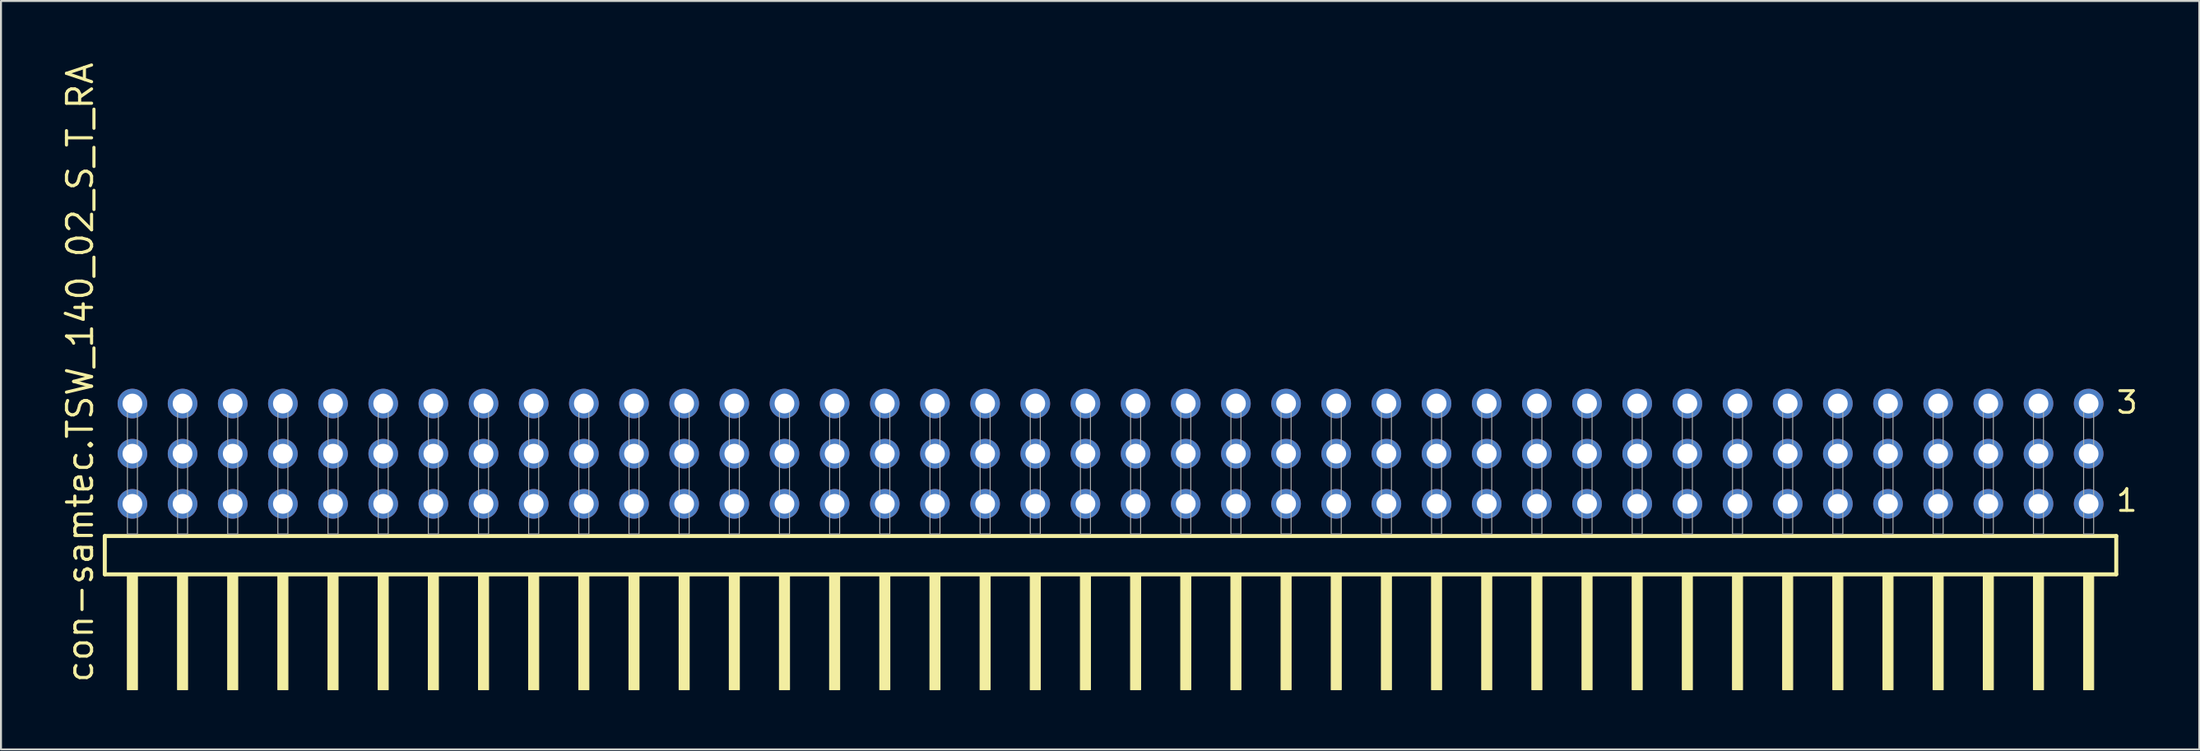
<source format=kicad_pcb>
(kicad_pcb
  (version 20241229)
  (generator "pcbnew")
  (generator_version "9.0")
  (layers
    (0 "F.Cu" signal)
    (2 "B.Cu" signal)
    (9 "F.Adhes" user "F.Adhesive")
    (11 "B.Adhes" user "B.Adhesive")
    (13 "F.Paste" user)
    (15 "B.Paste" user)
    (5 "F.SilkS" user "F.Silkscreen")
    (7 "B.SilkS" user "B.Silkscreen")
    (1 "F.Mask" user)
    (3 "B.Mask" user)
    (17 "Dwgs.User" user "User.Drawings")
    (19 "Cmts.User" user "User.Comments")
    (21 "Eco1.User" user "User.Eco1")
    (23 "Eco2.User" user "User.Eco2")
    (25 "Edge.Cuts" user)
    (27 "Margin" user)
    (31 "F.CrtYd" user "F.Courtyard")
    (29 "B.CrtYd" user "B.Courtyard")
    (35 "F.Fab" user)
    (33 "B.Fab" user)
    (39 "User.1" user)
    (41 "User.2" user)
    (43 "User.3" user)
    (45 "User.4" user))
  (footprint "con-samtec.TSW_140_02_S_T_RA"
    (layer "F.Cu")
    (at 53.185 23.993)
    (property "Reference" "con-samtec.TSW_140_02_S_T_RA" (at -51.435 7.62 90) (layer "F.SilkS") (effects (font (size 1.27 1.27) (thickness 0.16)) (justify left bottom)))
    (attr through_hole)
    (fp_line (start -50.929 0.106) (end -50.929 2.046) (stroke (width 0.203) (type default)) (layer "F.SilkS"))
    (fp_line (start -50.929 2.046) (end 50.929 2.046) (stroke (width 0.203) (type default)) (layer "F.SilkS"))
    (fp_line (start 50.929 0.106) (end -50.929 0.106) (stroke (width 0.203) (type default)) (layer "F.SilkS"))
    (fp_line (start 50.929 2.046) (end 50.929 0.106) (stroke (width 0.203) (type default)) (layer "F.SilkS"))
    (fp_rect (start -49.784 7.89) (end -49.276 2.04) (stroke (width 0.05) (type default)) (fill yes) (layer "F.SilkS"))
    (fp_rect (start -47.244 7.89) (end -46.736 2.04) (stroke (width 0.05) (type default)) (fill yes) (layer "F.SilkS"))
    (fp_rect (start -44.704 7.89) (end -44.196 2.04) (stroke (width 0.05) (type default)) (fill yes) (layer "F.SilkS"))
    (fp_rect (start -42.164 7.89) (end -41.656 2.04) (stroke (width 0.05) (type default)) (fill yes) (layer "F.SilkS"))
    (fp_rect (start -39.624 7.89) (end -39.116 2.04) (stroke (width 0.05) (type default)) (fill yes) (layer "F.SilkS"))
    (fp_rect (start -37.084 7.89) (end -36.576 2.04) (stroke (width 0.05) (type default)) (fill yes) (layer "F.SilkS"))
    (fp_rect (start -34.544 7.89) (end -34.036 2.04) (stroke (width 0.05) (type default)) (fill yes) (layer "F.SilkS"))
    (fp_rect (start -32.004 7.89) (end -31.496 2.04) (stroke (width 0.05) (type default)) (fill yes) (layer "F.SilkS"))
    (fp_rect (start -29.464 7.89) (end -28.956 2.04) (stroke (width 0.05) (type default)) (fill yes) (layer "F.SilkS"))
    (fp_rect (start -26.924 7.89) (end -26.416 2.04) (stroke (width 0.05) (type default)) (fill yes) (layer "F.SilkS"))
    (fp_rect (start -24.384 7.89) (end -23.876 2.04) (stroke (width 0.05) (type default)) (fill yes) (layer "F.SilkS"))
    (fp_rect (start -21.844 7.89) (end -21.336 2.04) (stroke (width 0.05) (type default)) (fill yes) (layer "F.SilkS"))
    (fp_rect (start -19.304 7.89) (end -18.796 2.04) (stroke (width 0.05) (type default)) (fill yes) (layer "F.SilkS"))
    (fp_rect (start -16.764 7.89) (end -16.256 2.04) (stroke (width 0.05) (type default)) (fill yes) (layer "F.SilkS"))
    (fp_rect (start -14.224 7.89) (end -13.716 2.04) (stroke (width 0.05) (type default)) (fill yes) (layer "F.SilkS"))
    (fp_rect (start -11.684 7.89) (end -11.176 2.04) (stroke (width 0.05) (type default)) (fill yes) (layer "F.SilkS"))
    (fp_rect (start -9.144 7.89) (end -8.636 2.04) (stroke (width 0.05) (type default)) (fill yes) (layer "F.SilkS"))
    (fp_rect (start -6.604 7.89) (end -6.096 2.04) (stroke (width 0.05) (type default)) (fill yes) (layer "F.SilkS"))
    (fp_rect (start -4.064 7.89) (end -3.556 2.04) (stroke (width 0.05) (type default)) (fill yes) (layer "F.SilkS"))
    (fp_rect (start -1.524 7.89) (end -1.016 2.04) (stroke (width 0.05) (type default)) (fill yes) (layer "F.SilkS"))
    (fp_rect (start 1.016 7.89) (end 1.524 2.04) (stroke (width 0.05) (type default)) (fill yes) (layer "F.SilkS"))
    (fp_rect (start 3.556 7.89) (end 4.064 2.04) (stroke (width 0.05) (type default)) (fill yes) (layer "F.SilkS"))
    (fp_rect (start 6.096 7.89) (end 6.604 2.04) (stroke (width 0.05) (type default)) (fill yes) (layer "F.SilkS"))
    (fp_rect (start 8.636 7.89) (end 9.144 2.04) (stroke (width 0.05) (type default)) (fill yes) (layer "F.SilkS"))
    (fp_rect (start 11.176 7.89) (end 11.684 2.04) (stroke (width 0.05) (type default)) (fill yes) (layer "F.SilkS"))
    (fp_rect (start 13.716 7.89) (end 14.224 2.04) (stroke (width 0.05) (type default)) (fill yes) (layer "F.SilkS"))
    (fp_rect (start 16.256 7.89) (end 16.764 2.04) (stroke (width 0.05) (type default)) (fill yes) (layer "F.SilkS"))
    (fp_rect (start 18.796 7.89) (end 19.304 2.04) (stroke (width 0.05) (type default)) (fill yes) (layer "F.SilkS"))
    (fp_rect (start 21.336 7.89) (end 21.844 2.04) (stroke (width 0.05) (type default)) (fill yes) (layer "F.SilkS"))
    (fp_rect (start 23.876 7.89) (end 24.384 2.04) (stroke (width 0.05) (type default)) (fill yes) (layer "F.SilkS"))
    (fp_rect (start 26.416 7.89) (end 26.924 2.04) (stroke (width 0.05) (type default)) (fill yes) (layer "F.SilkS"))
    (fp_rect (start 28.956 7.89) (end 29.464 2.04) (stroke (width 0.05) (type default)) (fill yes) (layer "F.SilkS"))
    (fp_rect (start 31.496 7.89) (end 32.004 2.04) (stroke (width 0.05) (type default)) (fill yes) (layer "F.SilkS"))
    (fp_rect (start 34.036 7.89) (end 34.544 2.04) (stroke (width 0.05) (type default)) (fill yes) (layer "F.SilkS"))
    (fp_rect (start 36.576 7.89) (end 37.084 2.04) (stroke (width 0.05) (type default)) (fill yes) (layer "F.SilkS"))
    (fp_rect (start 39.116 7.89) (end 39.624 2.04) (stroke (width 0.05) (type default)) (fill yes) (layer "F.SilkS"))
    (fp_rect (start 41.656 7.89) (end 42.164 2.04) (stroke (width 0.05) (type default)) (fill yes) (layer "F.SilkS"))
    (fp_rect (start 44.196 7.89) (end 44.704 2.04) (stroke (width 0.05) (type default)) (fill yes) (layer "F.SilkS"))
    (fp_rect (start 46.736 7.89) (end 47.244 2.04) (stroke (width 0.05) (type default)) (fill yes) (layer "F.SilkS"))
    (fp_rect (start 49.276 7.89) (end 49.784 2.04) (stroke (width 0.05) (type default)) (fill yes) (layer "F.SilkS"))
    (fp_rect (start -49.784 0) (end -49.276 -6.858) (stroke (width 0.05) (type default)) (fill no) (layer "F.Fab"))
    (fp_rect (start -47.244 0) (end -46.736 -6.858) (stroke (width 0.05) (type default)) (fill no) (layer "F.Fab"))
    (fp_rect (start -44.704 0) (end -44.196 -6.858) (stroke (width 0.05) (type default)) (fill no) (layer "F.Fab"))
    (fp_rect (start -42.164 0) (end -41.656 -6.858) (stroke (width 0.05) (type default)) (fill no) (layer "F.Fab"))
    (fp_rect (start -39.624 0) (end -39.116 -6.858) (stroke (width 0.05) (type default)) (fill no) (layer "F.Fab"))
    (fp_rect (start -37.084 0) (end -36.576 -6.858) (stroke (width 0.05) (type default)) (fill no) (layer "F.Fab"))
    (fp_rect (start -34.544 0) (end -34.036 -6.858) (stroke (width 0.05) (type default)) (fill no) (layer "F.Fab"))
    (fp_rect (start -32.004 0) (end -31.496 -6.858) (stroke (width 0.05) (type default)) (fill no) (layer "F.Fab"))
    (fp_rect (start -29.464 0) (end -28.956 -6.858) (stroke (width 0.05) (type default)) (fill no) (layer "F.Fab"))
    (fp_rect (start -26.924 0) (end -26.416 -6.858) (stroke (width 0.05) (type default)) (fill no) (layer "F.Fab"))
    (fp_rect (start -24.384 0) (end -23.876 -6.858) (stroke (width 0.05) (type default)) (fill no) (layer "F.Fab"))
    (fp_rect (start -21.844 0) (end -21.336 -6.858) (stroke (width 0.05) (type default)) (fill no) (layer "F.Fab"))
    (fp_rect (start -19.304 0) (end -18.796 -6.858) (stroke (width 0.05) (type default)) (fill no) (layer "F.Fab"))
    (fp_rect (start -16.764 0) (end -16.256 -6.858) (stroke (width 0.05) (type default)) (fill no) (layer "F.Fab"))
    (fp_rect (start -14.224 0) (end -13.716 -6.858) (stroke (width 0.05) (type default)) (fill no) (layer "F.Fab"))
    (fp_rect (start -11.684 0) (end -11.176 -6.858) (stroke (width 0.05) (type default)) (fill no) (layer "F.Fab"))
    (fp_rect (start -9.144 0) (end -8.636 -6.858) (stroke (width 0.05) (type default)) (fill no) (layer "F.Fab"))
    (fp_rect (start -6.604 0) (end -6.096 -6.858) (stroke (width 0.05) (type default)) (fill no) (layer "F.Fab"))
    (fp_rect (start -4.064 0) (end -3.556 -6.858) (stroke (width 0.05) (type default)) (fill no) (layer "F.Fab"))
    (fp_rect (start -1.524 0) (end -1.016 -6.858) (stroke (width 0.05) (type default)) (fill no) (layer "F.Fab"))
    (fp_rect (start 1.016 0) (end 1.524 -6.858) (stroke (width 0.05) (type default)) (fill no) (layer "F.Fab"))
    (fp_rect (start 3.556 0) (end 4.064 -6.858) (stroke (width 0.05) (type default)) (fill no) (layer "F.Fab"))
    (fp_rect (start 6.096 0) (end 6.604 -6.858) (stroke (width 0.05) (type default)) (fill no) (layer "F.Fab"))
    (fp_rect (start 8.636 0) (end 9.144 -6.858) (stroke (width 0.05) (type default)) (fill no) (layer "F.Fab"))
    (fp_rect (start 11.176 0) (end 11.684 -6.858) (stroke (width 0.05) (type default)) (fill no) (layer "F.Fab"))
    (fp_rect (start 13.716 0) (end 14.224 -6.858) (stroke (width 0.05) (type default)) (fill no) (layer "F.Fab"))
    (fp_rect (start 16.256 0) (end 16.764 -6.858) (stroke (width 0.05) (type default)) (fill no) (layer "F.Fab"))
    (fp_rect (start 18.796 0) (end 19.304 -6.858) (stroke (width 0.05) (type default)) (fill no) (layer "F.Fab"))
    (fp_rect (start 21.336 0) (end 21.844 -6.858) (stroke (width 0.05) (type default)) (fill no) (layer "F.Fab"))
    (fp_rect (start 23.876 0) (end 24.384 -6.858) (stroke (width 0.05) (type default)) (fill no) (layer "F.Fab"))
    (fp_rect (start 26.416 0) (end 26.924 -6.858) (stroke (width 0.05) (type default)) (fill no) (layer "F.Fab"))
    (fp_rect (start 28.956 0) (end 29.464 -6.858) (stroke (width 0.05) (type default)) (fill no) (layer "F.Fab"))
    (fp_rect (start 31.496 0) (end 32.004 -6.858) (stroke (width 0.05) (type default)) (fill no) (layer "F.Fab"))
    (fp_rect (start 34.036 0) (end 34.544 -6.858) (stroke (width 0.05) (type default)) (fill no) (layer "F.Fab"))
    (fp_rect (start 36.576 0) (end 37.084 -6.858) (stroke (width 0.05) (type default)) (fill no) (layer "F.Fab"))
    (fp_rect (start 39.116 0) (end 39.624 -6.858) (stroke (width 0.05) (type default)) (fill no) (layer "F.Fab"))
    (fp_rect (start 41.656 0) (end 42.164 -6.858) (stroke (width 0.05) (type default)) (fill no) (layer "F.Fab"))
    (fp_rect (start 44.196 0) (end 44.704 -6.858) (stroke (width 0.05) (type default)) (fill no) (layer "F.Fab"))
    (fp_rect (start 46.736 0) (end 47.244 -6.858) (stroke (width 0.05) (type default)) (fill no) (layer "F.Fab"))
    (fp_rect (start 49.276 0) (end 49.784 -6.858) (stroke (width 0.05) (type default)) (fill no) (layer "F.Fab"))
    (fp_text user "1" (at 50.84 -1.05 0) (layer "F.SilkS") (effects (font (size 1.1 1.1) (thickness 0.15)) (justify left bottom)))
    (fp_text user "3" (at 50.855 -6.015 0) (layer "F.SilkS") (effects (font (size 1.1 1.1) (thickness 0.15)) (justify left bottom)))
    (pad "1" thru_hole circle (at 49.53 -1.524 180) (size 1.5 1.5) (drill 1) (layers "*.Cu" "*.Mask"))
    (pad "2" thru_hole circle (at 49.53 -4.064 180) (size 1.5 1.5) (drill 1) (layers "*.Cu" "*.Mask"))
    (pad "3" thru_hole circle (at 49.53 -6.604 180) (size 1.5 1.5) (drill 1) (layers "*.Cu" "*.Mask"))
    (pad "4" thru_hole circle (at 46.99 -1.524 180) (size 1.5 1.5) (drill 1) (layers "*.Cu" "*.Mask"))
    (pad "5" thru_hole circle (at 46.99 -4.064 180) (size 1.5 1.5) (drill 1) (layers "*.Cu" "*.Mask"))
    (pad "6" thru_hole circle (at 46.99 -6.604 180) (size 1.5 1.5) (drill 1) (layers "*.Cu" "*.Mask"))
    (pad "7" thru_hole circle (at 44.45 -1.524 180) (size 1.5 1.5) (drill 1) (layers "*.Cu" "*.Mask"))
    (pad "8" thru_hole circle (at 44.45 -4.064 180) (size 1.5 1.5) (drill 1) (layers "*.Cu" "*.Mask"))
    (pad "9" thru_hole circle (at 44.45 -6.604 180) (size 1.5 1.5) (drill 1) (layers "*.Cu" "*.Mask"))
    (pad "10" thru_hole circle (at 41.91 -1.524 180) (size 1.5 1.5) (drill 1) (layers "*.Cu" "*.Mask"))
    (pad "11" thru_hole circle (at 41.91 -4.064 180) (size 1.5 1.5) (drill 1) (layers "*.Cu" "*.Mask"))
    (pad "12" thru_hole circle (at 41.91 -6.604 180) (size 1.5 1.5) (drill 1) (layers "*.Cu" "*.Mask"))
    (pad "13" thru_hole circle (at 39.37 -1.524 180) (size 1.5 1.5) (drill 1) (layers "*.Cu" "*.Mask"))
    (pad "14" thru_hole circle (at 39.37 -4.064 180) (size 1.5 1.5) (drill 1) (layers "*.Cu" "*.Mask"))
    (pad "15" thru_hole circle (at 39.37 -6.604 180) (size 1.5 1.5) (drill 1) (layers "*.Cu" "*.Mask"))
    (pad "16" thru_hole circle (at 36.83 -1.524 180) (size 1.5 1.5) (drill 1) (layers "*.Cu" "*.Mask"))
    (pad "17" thru_hole circle (at 36.83 -4.064 180) (size 1.5 1.5) (drill 1) (layers "*.Cu" "*.Mask"))
    (pad "18" thru_hole circle (at 36.83 -6.604 180) (size 1.5 1.5) (drill 1) (layers "*.Cu" "*.Mask"))
    (pad "19" thru_hole circle (at 34.29 -1.524 180) (size 1.5 1.5) (drill 1) (layers "*.Cu" "*.Mask"))
    (pad "20" thru_hole circle (at 34.29 -4.064 180) (size 1.5 1.5) (drill 1) (layers "*.Cu" "*.Mask"))
    (pad "21" thru_hole circle (at 34.29 -6.604 180) (size 1.5 1.5) (drill 1) (layers "*.Cu" "*.Mask"))
    (pad "22" thru_hole circle (at 31.75 -1.524 180) (size 1.5 1.5) (drill 1) (layers "*.Cu" "*.Mask"))
    (pad "23" thru_hole circle (at 31.75 -4.064 180) (size 1.5 1.5) (drill 1) (layers "*.Cu" "*.Mask"))
    (pad "24" thru_hole circle (at 31.75 -6.604 180) (size 1.5 1.5) (drill 1) (layers "*.Cu" "*.Mask"))
    (pad "25" thru_hole circle (at 29.21 -1.524 180) (size 1.5 1.5) (drill 1) (layers "*.Cu" "*.Mask"))
    (pad "26" thru_hole circle (at 29.21 -4.064 180) (size 1.5 1.5) (drill 1) (layers "*.Cu" "*.Mask"))
    (pad "27" thru_hole circle (at 29.21 -6.604 180) (size 1.5 1.5) (drill 1) (layers "*.Cu" "*.Mask"))
    (pad "28" thru_hole circle (at 26.67 -1.524 180) (size 1.5 1.5) (drill 1) (layers "*.Cu" "*.Mask"))
    (pad "29" thru_hole circle (at 26.67 -4.064 180) (size 1.5 1.5) (drill 1) (layers "*.Cu" "*.Mask"))
    (pad "30" thru_hole circle (at 26.67 -6.604 180) (size 1.5 1.5) (drill 1) (layers "*.Cu" "*.Mask"))
    (pad "31" thru_hole circle (at 24.13 -1.524 180) (size 1.5 1.5) (drill 1) (layers "*.Cu" "*.Mask"))
    (pad "32" thru_hole circle (at 24.13 -4.064 180) (size 1.5 1.5) (drill 1) (layers "*.Cu" "*.Mask"))
    (pad "33" thru_hole circle (at 24.13 -6.604 180) (size 1.5 1.5) (drill 1) (layers "*.Cu" "*.Mask"))
    (pad "34" thru_hole circle (at 21.59 -1.524 180) (size 1.5 1.5) (drill 1) (layers "*.Cu" "*.Mask"))
    (pad "35" thru_hole circle (at 21.59 -4.064 180) (size 1.5 1.5) (drill 1) (layers "*.Cu" "*.Mask"))
    (pad "36" thru_hole circle (at 21.59 -6.604 180) (size 1.5 1.5) (drill 1) (layers "*.Cu" "*.Mask"))
    (pad "37" thru_hole circle (at 19.05 -1.524 180) (size 1.5 1.5) (drill 1) (layers "*.Cu" "*.Mask"))
    (pad "38" thru_hole circle (at 19.05 -4.064 180) (size 1.5 1.5) (drill 1) (layers "*.Cu" "*.Mask"))
    (pad "39" thru_hole circle (at 19.05 -6.604 180) (size 1.5 1.5) (drill 1) (layers "*.Cu" "*.Mask"))
    (pad "40" thru_hole circle (at 16.51 -1.524 180) (size 1.5 1.5) (drill 1) (layers "*.Cu" "*.Mask"))
    (pad "41" thru_hole circle (at 16.51 -4.064 180) (size 1.5 1.5) (drill 1) (layers "*.Cu" "*.Mask"))
    (pad "42" thru_hole circle (at 16.51 -6.604 180) (size 1.5 1.5) (drill 1) (layers "*.Cu" "*.Mask"))
    (pad "43" thru_hole circle (at 13.97 -1.524 180) (size 1.5 1.5) (drill 1) (layers "*.Cu" "*.Mask"))
    (pad "44" thru_hole circle (at 13.97 -4.064 180) (size 1.5 1.5) (drill 1) (layers "*.Cu" "*.Mask"))
    (pad "45" thru_hole circle (at 13.97 -6.604 180) (size 1.5 1.5) (drill 1) (layers "*.Cu" "*.Mask"))
    (pad "46" thru_hole circle (at 11.43 -1.524 180) (size 1.5 1.5) (drill 1) (layers "*.Cu" "*.Mask"))
    (pad "47" thru_hole circle (at 11.43 -4.064 180) (size 1.5 1.5) (drill 1) (layers "*.Cu" "*.Mask"))
    (pad "48" thru_hole circle (at 11.43 -6.604 180) (size 1.5 1.5) (drill 1) (layers "*.Cu" "*.Mask"))
    (pad "49" thru_hole circle (at 8.89 -1.524 180) (size 1.5 1.5) (drill 1) (layers "*.Cu" "*.Mask"))
    (pad "50" thru_hole circle (at 8.89 -4.064 180) (size 1.5 1.5) (drill 1) (layers "*.Cu" "*.Mask"))
    (pad "51" thru_hole circle (at 8.89 -6.604 180) (size 1.5 1.5) (drill 1) (layers "*.Cu" "*.Mask"))
    (pad "52" thru_hole circle (at 6.35 -1.524 180) (size 1.5 1.5) (drill 1) (layers "*.Cu" "*.Mask"))
    (pad "53" thru_hole circle (at 6.35 -4.064 180) (size 1.5 1.5) (drill 1) (layers "*.Cu" "*.Mask"))
    (pad "54" thru_hole circle (at 6.35 -6.604 180) (size 1.5 1.5) (drill 1) (layers "*.Cu" "*.Mask"))
    (pad "55" thru_hole circle (at 3.81 -1.524 180) (size 1.5 1.5) (drill 1) (layers "*.Cu" "*.Mask"))
    (pad "56" thru_hole circle (at 3.81 -4.064 180) (size 1.5 1.5) (drill 1) (layers "*.Cu" "*.Mask"))
    (pad "57" thru_hole circle (at 3.81 -6.604 180) (size 1.5 1.5) (drill 1) (layers "*.Cu" "*.Mask"))
    (pad "58" thru_hole circle (at 1.27 -1.524 180) (size 1.5 1.5) (drill 1) (layers "*.Cu" "*.Mask"))
    (pad "59" thru_hole circle (at 1.27 -4.064 180) (size 1.5 1.5) (drill 1) (layers "*.Cu" "*.Mask"))
    (pad "60" thru_hole circle (at 1.27 -6.604 180) (size 1.5 1.5) (drill 1) (layers "*.Cu" "*.Mask"))
    (pad "61" thru_hole circle (at -1.27 -1.524 180) (size 1.5 1.5) (drill 1) (layers "*.Cu" "*.Mask"))
    (pad "62" thru_hole circle (at -1.27 -4.064 180) (size 1.5 1.5) (drill 1) (layers "*.Cu" "*.Mask"))
    (pad "63" thru_hole circle (at -1.27 -6.604 180) (size 1.5 1.5) (drill 1) (layers "*.Cu" "*.Mask"))
    (pad "64" thru_hole circle (at -3.81 -1.524 180) (size 1.5 1.5) (drill 1) (layers "*.Cu" "*.Mask"))
    (pad "65" thru_hole circle (at -3.81 -4.064 180) (size 1.5 1.5) (drill 1) (layers "*.Cu" "*.Mask"))
    (pad "66" thru_hole circle (at -3.81 -6.604 180) (size 1.5 1.5) (drill 1) (layers "*.Cu" "*.Mask"))
    (pad "67" thru_hole circle (at -6.35 -1.524 180) (size 1.5 1.5) (drill 1) (layers "*.Cu" "*.Mask"))
    (pad "68" thru_hole circle (at -6.35 -4.064 180) (size 1.5 1.5) (drill 1) (layers "*.Cu" "*.Mask"))
    (pad "69" thru_hole circle (at -6.35 -6.604 180) (size 1.5 1.5) (drill 1) (layers "*.Cu" "*.Mask"))
    (pad "70" thru_hole circle (at -8.89 -1.524 180) (size 1.5 1.5) (drill 1) (layers "*.Cu" "*.Mask"))
    (pad "71" thru_hole circle (at -8.89 -4.064 180) (size 1.5 1.5) (drill 1) (layers "*.Cu" "*.Mask"))
    (pad "72" thru_hole circle (at -8.89 -6.604 180) (size 1.5 1.5) (drill 1) (layers "*.Cu" "*.Mask"))
    (pad "73" thru_hole circle (at -11.43 -1.524 180) (size 1.5 1.5) (drill 1) (layers "*.Cu" "*.Mask"))
    (pad "74" thru_hole circle (at -11.43 -4.064 180) (size 1.5 1.5) (drill 1) (layers "*.Cu" "*.Mask"))
    (pad "75" thru_hole circle (at -11.43 -6.604 180) (size 1.5 1.5) (drill 1) (layers "*.Cu" "*.Mask"))
    (pad "76" thru_hole circle (at -13.97 -1.524 180) (size 1.5 1.5) (drill 1) (layers "*.Cu" "*.Mask"))
    (pad "77" thru_hole circle (at -13.97 -4.064 180) (size 1.5 1.5) (drill 1) (layers "*.Cu" "*.Mask"))
    (pad "78" thru_hole circle (at -13.97 -6.604 180) (size 1.5 1.5) (drill 1) (layers "*.Cu" "*.Mask"))
    (pad "79" thru_hole circle (at -16.51 -1.524 180) (size 1.5 1.5) (drill 1) (layers "*.Cu" "*.Mask"))
    (pad "80" thru_hole circle (at -16.51 -4.064 180) (size 1.5 1.5) (drill 1) (layers "*.Cu" "*.Mask"))
    (pad "81" thru_hole circle (at -16.51 -6.604 180) (size 1.5 1.5) (drill 1) (layers "*.Cu" "*.Mask"))
    (pad "82" thru_hole circle (at -19.05 -1.524 180) (size 1.5 1.5) (drill 1) (layers "*.Cu" "*.Mask"))
    (pad "83" thru_hole circle (at -19.05 -4.064 180) (size 1.5 1.5) (drill 1) (layers "*.Cu" "*.Mask"))
    (pad "84" thru_hole circle (at -19.05 -6.604 180) (size 1.5 1.5) (drill 1) (layers "*.Cu" "*.Mask"))
    (pad "85" thru_hole circle (at -21.59 -1.524 180) (size 1.5 1.5) (drill 1) (layers "*.Cu" "*.Mask"))
    (pad "86" thru_hole circle (at -21.59 -4.064 180) (size 1.5 1.5) (drill 1) (layers "*.Cu" "*.Mask"))
    (pad "87" thru_hole circle (at -21.59 -6.604 180) (size 1.5 1.5) (drill 1) (layers "*.Cu" "*.Mask"))
    (pad "88" thru_hole circle (at -24.13 -1.524 180) (size 1.5 1.5) (drill 1) (layers "*.Cu" "*.Mask"))
    (pad "89" thru_hole circle (at -24.13 -4.064 180) (size 1.5 1.5) (drill 1) (layers "*.Cu" "*.Mask"))
    (pad "90" thru_hole circle (at -24.13 -6.604 180) (size 1.5 1.5) (drill 1) (layers "*.Cu" "*.Mask"))
    (pad "91" thru_hole circle (at -26.67 -1.524 180) (size 1.5 1.5) (drill 1) (layers "*.Cu" "*.Mask"))
    (pad "92" thru_hole circle (at -26.67 -4.064 180) (size 1.5 1.5) (drill 1) (layers "*.Cu" "*.Mask"))
    (pad "93" thru_hole circle (at -26.67 -6.604 180) (size 1.5 1.5) (drill 1) (layers "*.Cu" "*.Mask"))
    (pad "94" thru_hole circle (at -29.21 -1.524 180) (size 1.5 1.5) (drill 1) (layers "*.Cu" "*.Mask"))
    (pad "95" thru_hole circle (at -29.21 -4.064 180) (size 1.5 1.5) (drill 1) (layers "*.Cu" "*.Mask"))
    (pad "96" thru_hole circle (at -29.21 -6.604 180) (size 1.5 1.5) (drill 1) (layers "*.Cu" "*.Mask"))
    (pad "97" thru_hole circle (at -31.75 -1.524 180) (size 1.5 1.5) (drill 1) (layers "*.Cu" "*.Mask"))
    (pad "98" thru_hole circle (at -31.75 -4.064 180) (size 1.5 1.5) (drill 1) (layers "*.Cu" "*.Mask"))
    (pad "99" thru_hole circle (at -31.75 -6.604 180) (size 1.5 1.5) (drill 1) (layers "*.Cu" "*.Mask"))
    (pad "100" thru_hole circle (at -34.29 -1.524 180) (size 1.5 1.5) (drill 1) (layers "*.Cu" "*.Mask"))
    (pad "101" thru_hole circle (at -34.29 -4.064 180) (size 1.5 1.5) (drill 1) (layers "*.Cu" "*.Mask"))
    (pad "102" thru_hole circle (at -34.29 -6.604 180) (size 1.5 1.5) (drill 1) (layers "*.Cu" "*.Mask"))
    (pad "103" thru_hole circle (at -36.83 -1.524 180) (size 1.5 1.5) (drill 1) (layers "*.Cu" "*.Mask"))
    (pad "104" thru_hole circle (at -36.83 -4.064 180) (size 1.5 1.5) (drill 1) (layers "*.Cu" "*.Mask"))
    (pad "105" thru_hole circle (at -36.83 -6.604 180) (size 1.5 1.5) (drill 1) (layers "*.Cu" "*.Mask"))
    (pad "106" thru_hole circle (at -39.37 -1.524 180) (size 1.5 1.5) (drill 1) (layers "*.Cu" "*.Mask"))
    (pad "107" thru_hole circle (at -39.37 -4.064 180) (size 1.5 1.5) (drill 1) (layers "*.Cu" "*.Mask"))
    (pad "108" thru_hole circle (at -39.37 -6.604 180) (size 1.5 1.5) (drill 1) (layers "*.Cu" "*.Mask"))
    (pad "109" thru_hole circle (at -41.91 -1.524 180) (size 1.5 1.5) (drill 1) (layers "*.Cu" "*.Mask"))
    (pad "110" thru_hole circle (at -41.91 -4.064 180) (size 1.5 1.5) (drill 1) (layers "*.Cu" "*.Mask"))
    (pad "111" thru_hole circle (at -41.91 -6.604 180) (size 1.5 1.5) (drill 1) (layers "*.Cu" "*.Mask"))
    (pad "112" thru_hole circle (at -44.45 -1.524 180) (size 1.5 1.5) (drill 1) (layers "*.Cu" "*.Mask"))
    (pad "113" thru_hole circle (at -44.45 -4.064 180) (size 1.5 1.5) (drill 1) (layers "*.Cu" "*.Mask"))
    (pad "114" thru_hole circle (at -44.45 -6.604 180) (size 1.5 1.5) (drill 1) (layers "*.Cu" "*.Mask"))
    (pad "115" thru_hole circle (at -46.99 -1.524 180) (size 1.5 1.5) (drill 1) (layers "*.Cu" "*.Mask"))
    (pad "116" thru_hole circle (at -46.99 -4.064 180) (size 1.5 1.5) (drill 1) (layers "*.Cu" "*.Mask"))
    (pad "117" thru_hole circle (at -46.99 -6.604 180) (size 1.5 1.5) (drill 1) (layers "*.Cu" "*.Mask"))
    (pad "118" thru_hole circle (at -49.53 -1.524 180) (size 1.5 1.5) (drill 1) (layers "*.Cu" "*.Mask"))
    (pad "119" thru_hole circle (at -49.53 -4.064 180) (size 1.5 1.5) (drill 1) (layers "*.Cu" "*.Mask"))
    (pad "120" thru_hole circle (at -49.53 -6.604 180) (size 1.5 1.5) (drill 1) (layers "*.Cu" "*.Mask")))
  (gr_rect
    (start -3 -3)
    (end 108.318 34.908)
    (stroke (width 0.1) (type default))
    (fill no)
    (layer "Edge.Cuts")))
</source>
